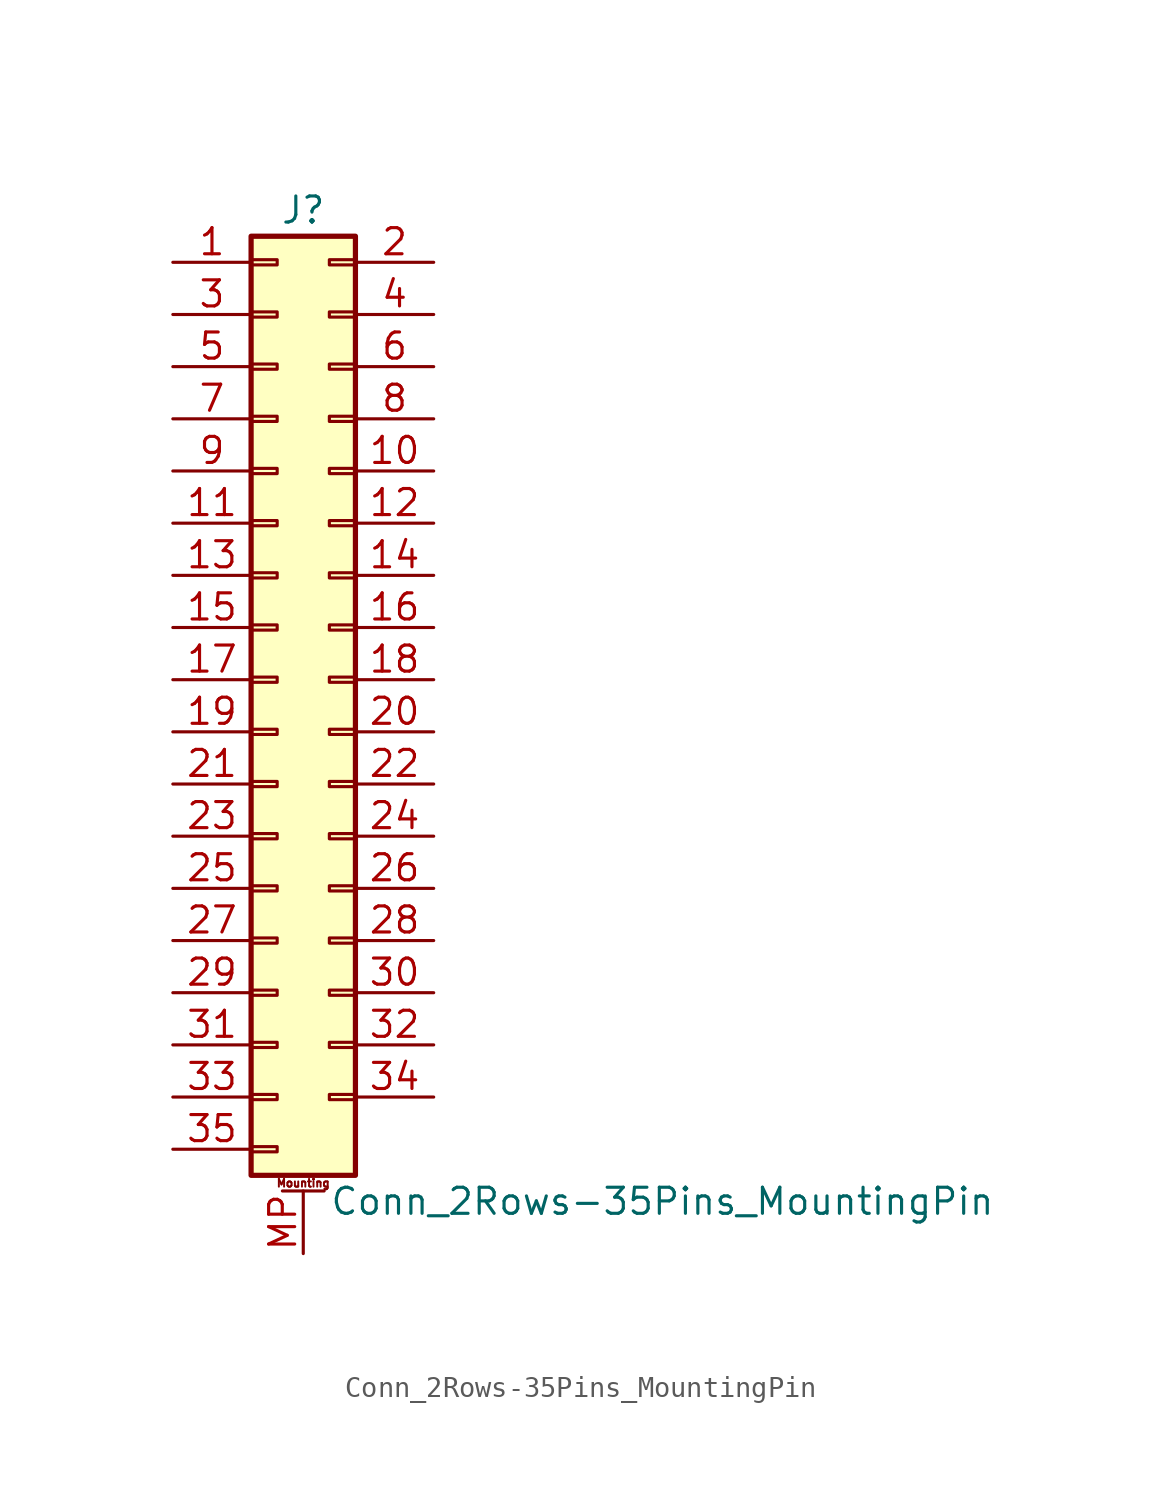
<source format=kicad_sym>
(kicad_symbol_lib
  (version 20211014)
  (generator kicad_symbol_editor)
  (symbol "Conn_2Rows-35Pins_MountingPin"
    (pin_names
      (offset 1.016) hide)
    (property "Reference" "J"
      (at 1.27 22.86 0)
      (effects (font (size 1.27 1.27))))
    (property "Value" "Conn_2Rows-35Pins_MountingPin"
      (at 2.54 -25.4 0)
      (effects (font (size 1.27 1.27)) (justify left)))
    (symbol "Conn_2Rows-35Pins_MountingPin_1_1"
      (rectangle (start -1.27 -22.733) (end 0 -22.987) (stroke (width 0.152) (type default) (color 0 0 0 0)) (fill (type none)))
      (rectangle (start -1.27 -20.193) (end 0 -20.447) (stroke (width 0.152) (type default) (color 0 0 0 0)) (fill (type none)))
      (rectangle (start -1.27 -17.653) (end 0 -17.907) (stroke (width 0.152) (type default) (color 0 0 0 0)) (fill (type none)))
      (rectangle (start -1.27 -15.113) (end 0 -15.367) (stroke (width 0.152) (type default) (color 0 0 0 0)) (fill (type none)))
      (rectangle (start -1.27 -12.573) (end 0 -12.827) (stroke (width 0.152) (type default) (color 0 0 0 0)) (fill (type none)))
      (rectangle (start -1.27 -10.033) (end 0 -10.287) (stroke (width 0.152) (type default) (color 0 0 0 0)) (fill (type none)))
      (rectangle (start -1.27 -7.493) (end 0 -7.747) (stroke (width 0.152) (type default) (color 0 0 0 0)) (fill (type none)))
      (rectangle (start -1.27 -4.953) (end 0 -5.207) (stroke (width 0.152) (type default) (color 0 0 0 0)) (fill (type none)))
      (rectangle (start -1.27 -2.413) (end 0 -2.667) (stroke (width 0.152) (type default) (color 0 0 0 0)) (fill (type none)))
      (rectangle (start -1.27 0.127) (end 0 -0.127) (stroke (width 0.152) (type default) (color 0 0 0 0)) (fill (type none)))
      (rectangle (start -1.27 2.667) (end 0 2.413) (stroke (width 0.152) (type default) (color 0 0 0 0)) (fill (type none)))
      (rectangle (start -1.27 5.207) (end 0 4.953) (stroke (width 0.152) (type default) (color 0 0 0 0)) (fill (type none)))
      (rectangle (start -1.27 7.747) (end 0 7.493) (stroke (width 0.152) (type default) (color 0 0 0 0)) (fill (type none)))
      (rectangle (start -1.27 10.287) (end 0 10.033) (stroke (width 0.152) (type default) (color 0 0 0 0)) (fill (type none)))
      (rectangle (start -1.27 12.827) (end 0 12.573) (stroke (width 0.152) (type default) (color 0 0 0 0)) (fill (type none)))
      (rectangle (start -1.27 15.367) (end 0 15.113) (stroke (width 0.152) (type default) (color 0 0 0 0)) (fill (type none)))
      (rectangle (start -1.27 17.907) (end 0 17.653) (stroke (width 0.152) (type default) (color 0 0 0 0)) (fill (type none)))
      (rectangle (start -1.27 20.447) (end 0 20.193) (stroke (width 0.152) (type default) (color 0 0 0 0)) (fill (type none)))
      (rectangle (start -1.27 21.59) (end 3.81 -24.13) (stroke (width 0.254) (type default) (color 0 0 0 0)) (fill (type background)))
      (polyline (pts (xy 0.254 -24.892) (xy 2.286 -24.892)) (stroke (width 0.152) (type default) (color 0 0 0 0)) (fill (type none)))
      (rectangle (start 3.81 -20.193) (end 2.54 -20.447) (stroke (width 0.152) (type default) (color 0 0 0 0)) (fill (type none)))
      (rectangle (start 3.81 -17.653) (end 2.54 -17.907) (stroke (width 0.152) (type default) (color 0 0 0 0)) (fill (type none)))
      (rectangle (start 3.81 -15.113) (end 2.54 -15.367) (stroke (width 0.152) (type default) (color 0 0 0 0)) (fill (type none)))
      (rectangle (start 3.81 -12.573) (end 2.54 -12.827) (stroke (width 0.152) (type default) (color 0 0 0 0)) (fill (type none)))
      (rectangle (start 3.81 -10.033) (end 2.54 -10.287) (stroke (width 0.152) (type default) (color 0 0 0 0)) (fill (type none)))
      (rectangle (start 3.81 -7.493) (end 2.54 -7.747) (stroke (width 0.152) (type default) (color 0 0 0 0)) (fill (type none)))
      (rectangle (start 3.81 -4.953) (end 2.54 -5.207) (stroke (width 0.152) (type default) (color 0 0 0 0)) (fill (type none)))
      (rectangle (start 3.81 -2.413) (end 2.54 -2.667) (stroke (width 0.152) (type default) (color 0 0 0 0)) (fill (type none)))
      (rectangle (start 3.81 0.127) (end 2.54 -0.127) (stroke (width 0.152) (type default) (color 0 0 0 0)) (fill (type none)))
      (rectangle (start 3.81 2.667) (end 2.54 2.413) (stroke (width 0.152) (type default) (color 0 0 0 0)) (fill (type none)))
      (rectangle (start 3.81 5.207) (end 2.54 4.953) (stroke (width 0.152) (type default) (color 0 0 0 0)) (fill (type none)))
      (rectangle (start 3.81 7.747) (end 2.54 7.493) (stroke (width 0.152) (type default) (color 0 0 0 0)) (fill (type none)))
      (rectangle (start 3.81 10.287) (end 2.54 10.033) (stroke (width 0.152) (type default) (color 0 0 0 0)) (fill (type none)))
      (rectangle (start 3.81 12.827) (end 2.54 12.573) (stroke (width 0.152) (type default) (color 0 0 0 0)) (fill (type none)))
      (rectangle (start 3.81 15.367) (end 2.54 15.113) (stroke (width 0.152) (type default) (color 0 0 0 0)) (fill (type none)))
      (rectangle (start 3.81 17.907) (end 2.54 17.653) (stroke (width 0.152) (type default) (color 0 0 0 0)) (fill (type none)))
      (rectangle (start 3.81 20.447) (end 2.54 20.193) (stroke (width 0.152) (type default) (color 0 0 0 0)) (fill (type none)))
      (text "Mounting" (at 1.27 -24.511 0) (effects (font (size 0.381 0.381))))
      (pin passive line (at -5.08 20.32 0) (length 3.81) (name "Pin_1" (effects (font (size 1.27 1.27)))) (number "1" (effects (font (size 1.27 1.27)))))
      (pin passive line (at 7.62 10.16 180) (length 3.81) (name "Pin_10" (effects (font (size 1.27 1.27)))) (number "10" (effects (font (size 1.27 1.27)))))
      (pin passive line (at -5.08 7.62 0) (length 3.81) (name "Pin_11" (effects (font (size 1.27 1.27)))) (number "11" (effects (font (size 1.27 1.27)))))
      (pin passive line (at 7.62 7.62 180) (length 3.81) (name "Pin_12" (effects (font (size 1.27 1.27)))) (number "12" (effects (font (size 1.27 1.27)))))
      (pin passive line (at -5.08 5.08 0) (length 3.81) (name "Pin_13" (effects (font (size 1.27 1.27)))) (number "13" (effects (font (size 1.27 1.27)))))
      (pin passive line (at 7.62 5.08 180) (length 3.81) (name "Pin_14" (effects (font (size 1.27 1.27)))) (number "14" (effects (font (size 1.27 1.27)))))
      (pin passive line (at -5.08 2.54 0) (length 3.81) (name "Pin_15" (effects (font (size 1.27 1.27)))) (number "15" (effects (font (size 1.27 1.27)))))
      (pin passive line (at 7.62 2.54 180) (length 3.81) (name "Pin_16" (effects (font (size 1.27 1.27)))) (number "16" (effects (font (size 1.27 1.27)))))
      (pin passive line (at -5.08 0 0) (length 3.81) (name "Pin_17" (effects (font (size 1.27 1.27)))) (number "17" (effects (font (size 1.27 1.27)))))
      (pin passive line (at 7.62 0 180) (length 3.81) (name "Pin_18" (effects (font (size 1.27 1.27)))) (number "18" (effects (font (size 1.27 1.27)))))
      (pin passive line (at -5.08 -2.54 0) (length 3.81) (name "Pin_19" (effects (font (size 1.27 1.27)))) (number "19" (effects (font (size 1.27 1.27)))))
      (pin passive line (at 7.62 20.32 180) (length 3.81) (name "Pin_2" (effects (font (size 1.27 1.27)))) (number "2" (effects (font (size 1.27 1.27)))))
      (pin passive line (at 7.62 -2.54 180) (length 3.81) (name "Pin_20" (effects (font (size 1.27 1.27)))) (number "20" (effects (font (size 1.27 1.27)))))
      (pin passive line (at -5.08 -5.08 0) (length 3.81) (name "Pin_21" (effects (font (size 1.27 1.27)))) (number "21" (effects (font (size 1.27 1.27)))))
      (pin passive line (at 7.62 -5.08 180) (length 3.81) (name "Pin_22" (effects (font (size 1.27 1.27)))) (number "22" (effects (font (size 1.27 1.27)))))
      (pin passive line (at -5.08 -7.62 0) (length 3.81) (name "Pin_23" (effects (font (size 1.27 1.27)))) (number "23" (effects (font (size 1.27 1.27)))))
      (pin passive line (at 7.62 -7.62 180) (length 3.81) (name "Pin_24" (effects (font (size 1.27 1.27)))) (number "24" (effects (font (size 1.27 1.27)))))
      (pin passive line (at -5.08 -10.16 0) (length 3.81) (name "Pin_25" (effects (font (size 1.27 1.27)))) (number "25" (effects (font (size 1.27 1.27)))))
      (pin passive line (at 7.62 -10.16 180) (length 3.81) (name "Pin_26" (effects (font (size 1.27 1.27)))) (number "26" (effects (font (size 1.27 1.27)))))
      (pin passive line (at -5.08 -12.7 0) (length 3.81) (name "Pin_27" (effects (font (size 1.27 1.27)))) (number "27" (effects (font (size 1.27 1.27)))))
      (pin passive line (at 7.62 -12.7 180) (length 3.81) (name "Pin_28" (effects (font (size 1.27 1.27)))) (number "28" (effects (font (size 1.27 1.27)))))
      (pin passive line (at -5.08 -15.24 0) (length 3.81) (name "Pin_29" (effects (font (size 1.27 1.27)))) (number "29" (effects (font (size 1.27 1.27)))))
      (pin passive line (at -5.08 17.78 0) (length 3.81) (name "Pin_3" (effects (font (size 1.27 1.27)))) (number "3" (effects (font (size 1.27 1.27)))))
      (pin passive line (at 7.62 -15.24 180) (length 3.81) (name "Pin_30" (effects (font (size 1.27 1.27)))) (number "30" (effects (font (size 1.27 1.27)))))
      (pin passive line (at -5.08 -17.78 0) (length 3.81) (name "Pin_31" (effects (font (size 1.27 1.27)))) (number "31" (effects (font (size 1.27 1.27)))))
      (pin passive line (at 7.62 -17.78 180) (length 3.81) (name "Pin_32" (effects (font (size 1.27 1.27)))) (number "32" (effects (font (size 1.27 1.27)))))
      (pin passive line (at -5.08 -20.32 0) (length 3.81) (name "Pin_33" (effects (font (size 1.27 1.27)))) (number "33" (effects (font (size 1.27 1.27)))))
      (pin passive line (at 7.62 -20.32 180) (length 3.81) (name "Pin_34" (effects (font (size 1.27 1.27)))) (number "34" (effects (font (size 1.27 1.27)))))
      (pin passive line (at -5.08 -22.86 0) (length 3.81) (name "Pin_35" (effects (font (size 1.27 1.27)))) (number "35" (effects (font (size 1.27 1.27)))))
      (pin passive line (at 7.62 17.78 180) (length 3.81) (name "Pin_4" (effects (font (size 1.27 1.27)))) (number "4" (effects (font (size 1.27 1.27)))))
      (pin passive line (at -5.08 15.24 0) (length 3.81) (name "Pin_5" (effects (font (size 1.27 1.27)))) (number "5" (effects (font (size 1.27 1.27)))))
      (pin passive line (at 7.62 15.24 180) (length 3.81) (name "Pin_6" (effects (font (size 1.27 1.27)))) (number "6" (effects (font (size 1.27 1.27)))))
      (pin passive line (at -5.08 12.7 0) (length 3.81) (name "Pin_7" (effects (font (size 1.27 1.27)))) (number "7" (effects (font (size 1.27 1.27)))))
      (pin passive line (at 7.62 12.7 180) (length 3.81) (name "Pin_8" (effects (font (size 1.27 1.27)))) (number "8" (effects (font (size 1.27 1.27)))))
      (pin passive line (at -5.08 10.16 0) (length 3.81) (name "Pin_9" (effects (font (size 1.27 1.27)))) (number "9" (effects (font (size 1.27 1.27)))))
      (pin passive line (at 1.27 -27.94 90) (length 3.048) (name "MountPin" (effects (font (size 1.27 1.27)))) (number "MP" (effects (font (size 1.27 1.27))))))))
</source>
